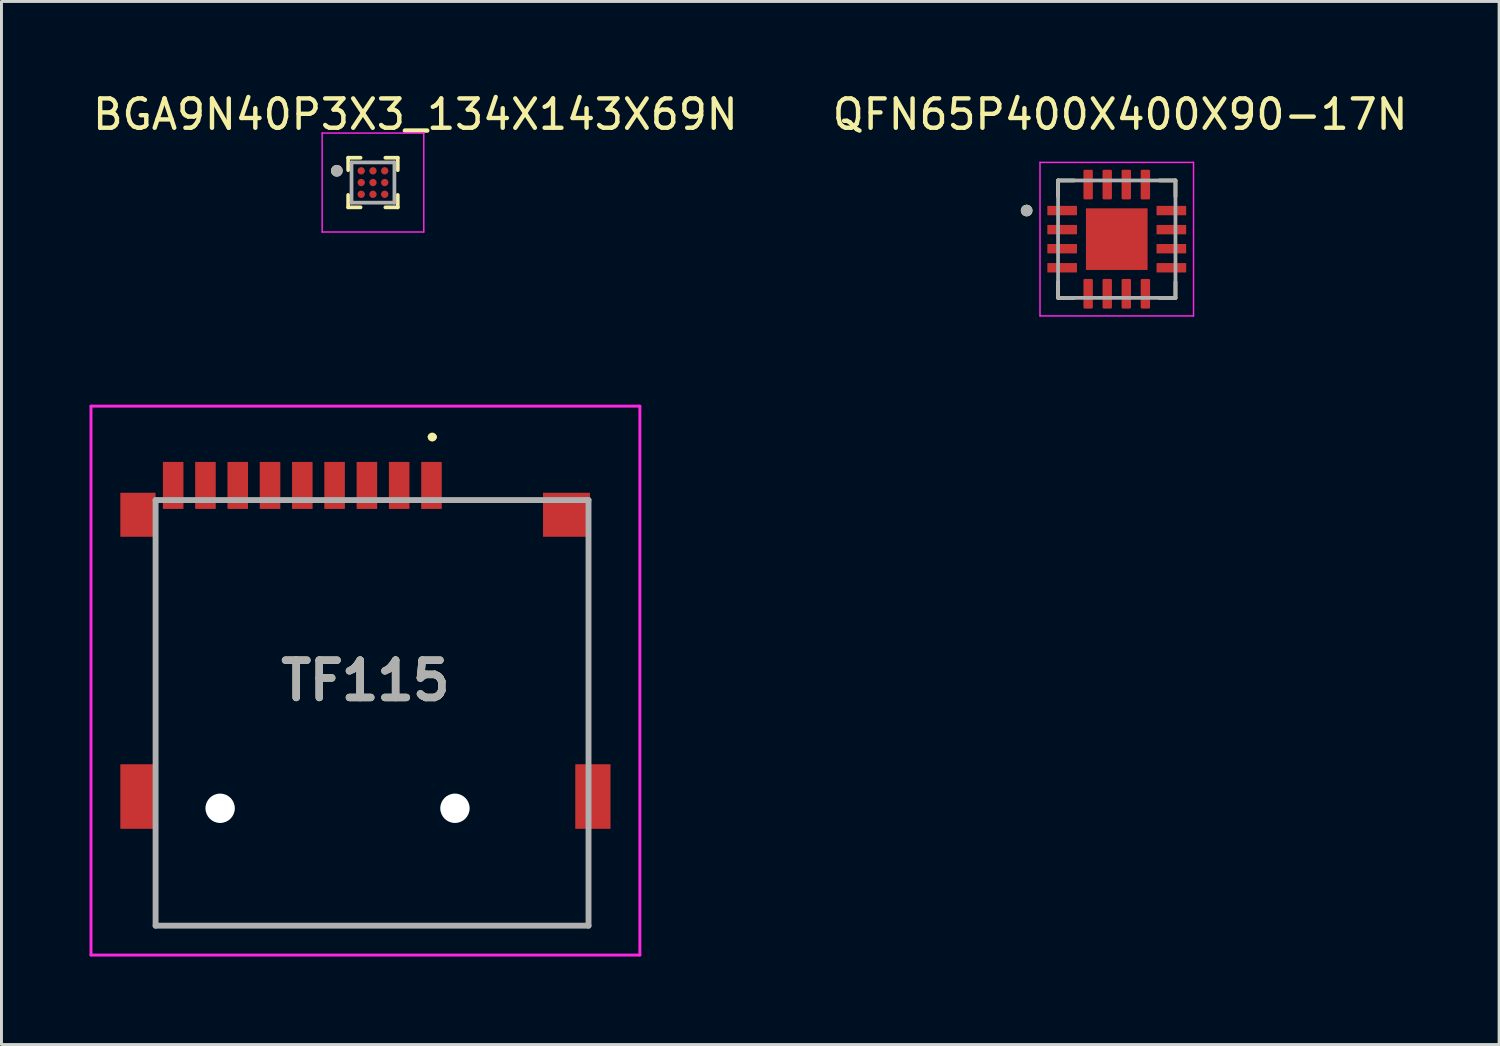
<source format=kicad_pcb>
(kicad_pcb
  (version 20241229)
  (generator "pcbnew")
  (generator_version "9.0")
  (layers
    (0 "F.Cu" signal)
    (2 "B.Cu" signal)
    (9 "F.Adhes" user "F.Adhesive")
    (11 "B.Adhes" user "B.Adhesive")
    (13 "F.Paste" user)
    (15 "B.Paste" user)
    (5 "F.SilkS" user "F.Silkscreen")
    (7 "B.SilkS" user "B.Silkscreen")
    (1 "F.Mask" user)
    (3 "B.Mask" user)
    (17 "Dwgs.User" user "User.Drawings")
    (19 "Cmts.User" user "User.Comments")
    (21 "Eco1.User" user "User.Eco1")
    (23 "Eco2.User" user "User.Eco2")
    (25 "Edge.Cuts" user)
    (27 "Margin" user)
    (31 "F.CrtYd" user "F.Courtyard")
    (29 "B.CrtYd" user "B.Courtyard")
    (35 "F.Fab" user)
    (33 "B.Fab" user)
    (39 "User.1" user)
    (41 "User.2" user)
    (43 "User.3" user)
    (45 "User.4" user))
  (footprint "BGA9N40P3X3_134X143X69N"
    (layer "F.Cu")
    (at 9.657 3.169)
    (property "Reference" "BGA9N40P3X3_134X143X69N" (at 1.444 -2.321 0) (layer "F.SilkS") (effects (font (size 1 1) (thickness 0.15))))
    (attr smd)
    (fp_line (start -0.845 -0.845) (end -0.845 -0.422) (stroke (width 0.127) (type solid)) (layer "F.SilkS"))
    (fp_line (start -0.845 -0.845) (end -0.422 -0.845) (stroke (width 0.127) (type solid)) (layer "F.SilkS"))
    (fp_line (start -0.845 0.845) (end -0.845 0.422) (stroke (width 0.127) (type solid)) (layer "F.SilkS"))
    (fp_line (start -0.845 0.845) (end -0.422 0.845) (stroke (width 0.127) (type solid)) (layer "F.SilkS"))
    (fp_line (start 0.845 -0.845) (end 0.422 -0.845) (stroke (width 0.127) (type solid)) (layer "F.SilkS"))
    (fp_line (start 0.845 -0.845) (end 0.845 -0.422) (stroke (width 0.127) (type solid)) (layer "F.SilkS"))
    (fp_line (start 0.845 0.845) (end 0.422 0.845) (stroke (width 0.127) (type solid)) (layer "F.SilkS"))
    (fp_line (start 0.845 0.845) (end 0.845 0.422) (stroke (width 0.127) (type solid)) (layer "F.SilkS"))
    (fp_circle (center -1.231 -0.4) (end -1.131 -0.4) (stroke (width 0.2) (type solid)) (fill no) (layer "F.SilkS"))
    (fp_line (start -1.731 -1.686) (end 1.731 -1.686) (stroke (width 0.05) (type solid)) (layer "F.CrtYd"))
    (fp_line (start -1.731 1.686) (end -1.731 -1.686) (stroke (width 0.05) (type solid)) (layer "F.CrtYd"))
    (fp_line (start -1.731 1.686) (end 1.731 1.686) (stroke (width 0.05) (type solid)) (layer "F.CrtYd"))
    (fp_line (start 1.731 1.686) (end 1.731 -1.686) (stroke (width 0.05) (type solid)) (layer "F.CrtYd"))
    (fp_line (start -0.731 0.686) (end -0.731 -0.686) (stroke (width 0.127) (type solid)) (layer "F.Fab"))
    (fp_line (start 0.731 -0.686) (end -0.731 -0.686) (stroke (width 0.127) (type solid)) (layer "F.Fab"))
    (fp_line (start 0.731 0.686) (end -0.731 0.686) (stroke (width 0.127) (type solid)) (layer "F.Fab"))
    (fp_line (start 0.731 0.686) (end 0.731 -0.686) (stroke (width 0.127) (type solid)) (layer "F.Fab"))
    (fp_circle (center -1.231 -0.4) (end -1.131 -0.4) (stroke (width 0.2) (type solid)) (fill no) (layer "F.Fab"))
    (pad "A1" smd circle (at -0.4 -0.4) (size 0.25 0.25) (layers "F.Cu" "F.Mask" "F.Paste"))
    (pad "A2" smd circle (at 0 -0.4) (size 0.25 0.25) (layers "F.Cu" "F.Mask" "F.Paste"))
    (pad "A3" smd circle (at 0.4 -0.4) (size 0.25 0.25) (layers "F.Cu" "F.Mask" "F.Paste"))
    (pad "B1" smd circle (at -0.4 0) (size 0.25 0.25) (layers "F.Cu" "F.Mask" "F.Paste"))
    (pad "B2" smd circle (at 0 0) (size 0.25 0.25) (layers "F.Cu" "F.Mask" "F.Paste"))
    (pad "B3" smd circle (at 0.4 0) (size 0.25 0.25) (layers "F.Cu" "F.Mask" "F.Paste"))
    (pad "C1" smd circle (at -0.4 0.4) (size 0.25 0.25) (layers "F.Cu" "F.Mask" "F.Paste"))
    (pad "C2" smd circle (at 0 0.4) (size 0.25 0.25) (layers "F.Cu" "F.Mask" "F.Paste"))
    (pad "C3" smd circle (at 0.4 0.4) (size 0.25 0.25) (layers "F.Cu" "F.Mask" "F.Paste")))
  (footprint "TF115"
    (layer "F.Cu")
    (at 9.4 20.138)
    (property "Reference" "TF115" (at 0 0 0) (layer "F.SilkS") (effects (font (size 1.27 1.27) (thickness 0.254))))
    (attr through_hole)
    (fp_line (start -7.149 -3.9) (end -7.149 -3.9) (stroke (width 0.1) (type solid)) (layer "F.SilkS"))
    (fp_line (start -7.149 -3.9) (end -7.149 1.6) (stroke (width 0.1) (type solid)) (layer "F.SilkS"))
    (fp_line (start -7.149 1.6) (end -7.149 -3.9) (stroke (width 0.1) (type solid)) (layer "F.SilkS"))
    (fp_line (start -7.149 1.6) (end -7.149 1.6) (stroke (width 0.1) (type solid)) (layer "F.SilkS"))
    (fp_line (start -7.149 6.85) (end -7.149 6.85) (stroke (width 0.1) (type solid)) (layer "F.SilkS"))
    (fp_line (start -7.149 6.85) (end -7.149 8.35) (stroke (width 0.1) (type solid)) (layer "F.SilkS"))
    (fp_line (start -7.149 8.35) (end -7.149 6.85) (stroke (width 0.1) (type solid)) (layer "F.SilkS"))
    (fp_line (start -7.149 8.35) (end -7.149 8.35) (stroke (width 0.1) (type solid)) (layer "F.SilkS"))
    (fp_line (start -7.149 8.35) (end -7.149 8.35) (stroke (width 0.1) (type solid)) (layer "F.SilkS"))
    (fp_line (start -7.149 8.35) (end 7.601 8.35) (stroke (width 0.1) (type solid)) (layer "F.SilkS"))
    (fp_line (start 2.226 -8.3) (end 2.226 -8.3) (stroke (width 0.2) (type solid)) (layer "F.SilkS"))
    (fp_line (start 2.226 -8.3) (end 2.226 -8.3) (stroke (width 0.2) (type solid)) (layer "F.SilkS"))
    (fp_line (start 2.326 -8.3) (end 2.326 -8.3) (stroke (width 0.2) (type solid)) (layer "F.SilkS"))
    (fp_line (start 3.226 -6.15) (end 3.226 -6.15) (stroke (width 0.1) (type solid)) (layer "F.SilkS"))
    (fp_line (start 3.226 -6.15) (end 5.226 -6.15) (stroke (width 0.1) (type solid)) (layer "F.SilkS"))
    (fp_line (start 5.226 -6.15) (end 3.226 -6.15) (stroke (width 0.1) (type solid)) (layer "F.SilkS"))
    (fp_line (start 5.226 -6.15) (end 5.226 -6.15) (stroke (width 0.1) (type solid)) (layer "F.SilkS"))
    (fp_line (start 7.601 -3.65) (end 7.601 -3.65) (stroke (width 0.1) (type solid)) (layer "F.SilkS"))
    (fp_line (start 7.601 -3.65) (end 7.601 1.6) (stroke (width 0.1) (type solid)) (layer "F.SilkS"))
    (fp_line (start 7.601 1.6) (end 7.601 -3.65) (stroke (width 0.1) (type solid)) (layer "F.SilkS"))
    (fp_line (start 7.601 1.6) (end 7.601 1.6) (stroke (width 0.1) (type solid)) (layer "F.SilkS"))
    (fp_line (start 7.601 6.35) (end 7.601 6.35) (stroke (width 0.1) (type solid)) (layer "F.SilkS"))
    (fp_line (start 7.601 6.35) (end 7.601 8.35) (stroke (width 0.1) (type solid)) (layer "F.SilkS"))
    (fp_line (start 7.601 8.35) (end -7.149 8.35) (stroke (width 0.1) (type solid)) (layer "F.SilkS"))
    (fp_line (start 7.601 8.35) (end 7.601 6.35) (stroke (width 0.1) (type solid)) (layer "F.SilkS"))
    (fp_line (start 7.601 8.35) (end 7.601 8.35) (stroke (width 0.1) (type solid)) (layer "F.SilkS"))
    (fp_line (start 7.601 8.35) (end 7.601 8.35) (stroke (width 0.1) (type solid)) (layer "F.SilkS"))
    (fp_arc (start 2.226 -8.3) (mid 2.276 -8.35) (end 2.326 -8.3) (stroke (width 0.2) (type solid)) (layer "F.SilkS"))
    (fp_arc (start 2.326 -8.3) (mid 2.276 -8.25) (end 2.226 -8.3) (stroke (width 0.2) (type solid)) (layer "F.SilkS"))
    (fp_arc (start 2.326 -8.3) (mid 2.276 -8.25) (end 2.226 -8.3) (stroke (width 0.2) (type solid)) (layer "F.SilkS"))
    (fp_line (start -9.35 -9.35) (end 9.35 -9.35) (stroke (width 0.1) (type solid)) (layer "F.CrtYd"))
    (fp_line (start -9.35 9.35) (end -9.35 -9.35) (stroke (width 0.1) (type solid)) (layer "F.CrtYd"))
    (fp_line (start 9.35 -9.35) (end 9.35 9.35) (stroke (width 0.1) (type solid)) (layer "F.CrtYd"))
    (fp_line (start 9.35 9.35) (end -9.35 9.35) (stroke (width 0.1) (type solid)) (layer "F.CrtYd"))
    (fp_line (start -7.149 -6.15) (end -7.149 8.35) (stroke (width 0.2) (type solid)) (layer "F.Fab"))
    (fp_line (start -7.149 8.35) (end 7.601 8.35) (stroke (width 0.2) (type solid)) (layer "F.Fab"))
    (fp_line (start 7.601 -6.15) (end -7.149 -6.15) (stroke (width 0.2) (type solid)) (layer "F.Fab"))
    (fp_line (start 7.601 8.35) (end 7.601 -6.15) (stroke (width 0.2) (type solid)) (layer "F.Fab"))
    (fp_text user "${REFERENCE}" (at 0 0 0) (layer "F.Fab") (effects (font (size 1.27 1.27) (thickness 0.254))))
    (pad "" np_thru_hole circle (at -4.95 4.35) (size 1 1) (drill 1) (layers "*.Cu" "*.Mask"))
    (pad "" np_thru_hole circle (at 3.05 4.35) (size 1 1) (drill 1) (layers "*.Cu" "*.Mask"))
    (pad "1" smd rect (at 2.25 -6.65) (size 0.7 1.6) (layers "F.Cu" "F.Mask" "F.Paste"))
    (pad "2" smd rect (at 1.15 -6.65) (size 0.7 1.6) (layers "F.Cu" "F.Mask" "F.Paste"))
    (pad "3" smd rect (at 0.05 -6.65) (size 0.7 1.6) (layers "F.Cu" "F.Mask" "F.Paste"))
    (pad "4" smd rect (at -1.05 -6.65) (size 0.7 1.6) (layers "F.Cu" "F.Mask" "F.Paste"))
    (pad "5" smd rect (at -2.15 -6.65) (size 0.7 1.6) (layers "F.Cu" "F.Mask" "F.Paste"))
    (pad "6" smd rect (at -3.25 -6.65) (size 0.7 1.6) (layers "F.Cu" "F.Mask" "F.Paste"))
    (pad "7" smd rect (at -4.35 -6.65) (size 0.7 1.6) (layers "F.Cu" "F.Mask" "F.Paste"))
    (pad "8" smd rect (at -5.45 -6.65) (size 0.7 1.6) (layers "F.Cu" "F.Mask" "F.Paste"))
    (pad "CD1" smd rect (at -6.55 -6.65) (size 0.7 1.6) (layers "F.Cu" "F.Mask" "F.Paste"))
    (pad "MP1" smd rect (at 6.85 -5.65 90) (size 1.5 1.6) (layers "F.Cu" "F.Mask" "F.Paste"))
    (pad "MP2" smd rect (at -7.75 -5.65) (size 1.2 1.5) (layers "F.Cu" "F.Mask" "F.Paste"))
    (pad "MP3" smd rect (at -7.75 3.95) (size 1.2 2.2) (layers "F.Cu" "F.Mask" "F.Paste"))
    (pad "MP4" smd rect (at 7.75 3.95) (size 1.2 2.2) (layers "F.Cu" "F.Mask" "F.Paste")))
  (footprint "QFN65P400X400X90-17N"
    (layer "F.Cu")
    (at 34.998 5.098)
    (property "Reference" "QFN65P400X400X90-17N" (at 0.115 -4.25 0) (layer "F.SilkS") (effects (font (size 1 1) (thickness 0.15))))
    (attr smd)
    (fp_line (start -2 -2) (end -2 -1.455) (stroke (width 0.127) (type solid)) (layer "F.SilkS"))
    (fp_line (start -2 -2) (end -1.455 -2) (stroke (width 0.127) (type solid)) (layer "F.SilkS"))
    (fp_line (start -2 2) (end -2 1.455) (stroke (width 0.127) (type solid)) (layer "F.SilkS"))
    (fp_line (start -2 2) (end -1.455 2) (stroke (width 0.127) (type solid)) (layer "F.SilkS"))
    (fp_line (start 2 -2) (end 1.455 -2) (stroke (width 0.127) (type solid)) (layer "F.SilkS"))
    (fp_line (start 2 -2) (end 2 -1.455) (stroke (width 0.127) (type solid)) (layer "F.SilkS"))
    (fp_line (start 2 2) (end 1.455 2) (stroke (width 0.127) (type solid)) (layer "F.SilkS"))
    (fp_line (start 2 2) (end 2 1.455) (stroke (width 0.127) (type solid)) (layer "F.SilkS"))
    (fp_circle (center -3.07 -0.975) (end -2.97 -0.975) (stroke (width 0.2) (type solid)) (fill no) (layer "F.SilkS"))
    (fp_poly (pts (xy -0.66 -0.66) (xy 0.66 -0.66) (xy 0.66 0.66) (xy -0.66 0.66)) (stroke (width 0.01) (type solid)) (fill yes) (layer "F.Paste"))
    (fp_line (start -2.615 -2.615) (end 2.615 -2.615) (stroke (width 0.05) (type solid)) (layer "F.CrtYd"))
    (fp_line (start -2.615 2.615) (end -2.615 -2.615) (stroke (width 0.05) (type solid)) (layer "F.CrtYd"))
    (fp_line (start -2.615 2.615) (end 2.615 2.615) (stroke (width 0.05) (type solid)) (layer "F.CrtYd"))
    (fp_line (start 2.615 2.615) (end 2.615 -2.615) (stroke (width 0.05) (type solid)) (layer "F.CrtYd"))
    (fp_line (start -2 2) (end -2 -2) (stroke (width 0.127) (type solid)) (layer "F.Fab"))
    (fp_line (start 2 -2) (end -2 -2) (stroke (width 0.127) (type solid)) (layer "F.Fab"))
    (fp_line (start 2 2) (end -2 2) (stroke (width 0.127) (type solid)) (layer "F.Fab"))
    (fp_line (start 2 2) (end 2 -2) (stroke (width 0.127) (type solid)) (layer "F.Fab"))
    (fp_circle (center -3.07 -0.975) (end -2.97 -0.975) (stroke (width 0.2) (type solid)) (fill no) (layer "F.Fab"))
    (pad "1" smd roundrect (at -1.86 -0.975) (size 1.01 0.32) (layers "F.Cu" "F.Mask" "F.Paste") (roundrect_rratio 0.04))
    (pad "2" smd roundrect (at -1.86 -0.325) (size 1.01 0.32) (layers "F.Cu" "F.Mask" "F.Paste") (roundrect_rratio 0.04))
    (pad "3" smd roundrect (at -1.86 0.325) (size 1.01 0.32) (layers "F.Cu" "F.Mask" "F.Paste") (roundrect_rratio 0.04))
    (pad "4" smd roundrect (at -1.86 0.975) (size 1.01 0.32) (layers "F.Cu" "F.Mask" "F.Paste") (roundrect_rratio 0.04))
    (pad "5" smd roundrect (at -0.975 1.86) (size 0.32 1.01) (layers "F.Cu" "F.Mask" "F.Paste") (roundrect_rratio 0.13))
    (pad "6" smd roundrect (at -0.325 1.86) (size 0.32 1.01) (layers "F.Cu" "F.Mask" "F.Paste") (roundrect_rratio 0.13))
    (pad "7" smd roundrect (at 0.325 1.86) (size 0.32 1.01) (layers "F.Cu" "F.Mask" "F.Paste") (roundrect_rratio 0.13))
    (pad "8" smd roundrect (at 0.975 1.86) (size 0.32 1.01) (layers "F.Cu" "F.Mask" "F.Paste") (roundrect_rratio 0.13))
    (pad "9" smd roundrect (at 1.86 0.975) (size 1.01 0.32) (layers "F.Cu" "F.Mask" "F.Paste") (roundrect_rratio 0.04))
    (pad "10" smd roundrect (at 1.86 0.325) (size 1.01 0.32) (layers "F.Cu" "F.Mask" "F.Paste") (roundrect_rratio 0.04))
    (pad "11" smd roundrect (at 1.86 -0.325) (size 1.01 0.32) (layers "F.Cu" "F.Mask" "F.Paste") (roundrect_rratio 0.04))
    (pad "12" smd roundrect (at 1.86 -0.975) (size 1.01 0.32) (layers "F.Cu" "F.Mask" "F.Paste") (roundrect_rratio 0.04))
    (pad "13" smd roundrect (at 0.975 -1.86) (size 0.32 1.01) (layers "F.Cu" "F.Mask" "F.Paste") (roundrect_rratio 0.13))
    (pad "14" smd roundrect (at 0.325 -1.86) (size 0.32 1.01) (layers "F.Cu" "F.Mask" "F.Paste") (roundrect_rratio 0.13))
    (pad "15" smd roundrect (at -0.325 -1.86) (size 0.32 1.01) (layers "F.Cu" "F.Mask" "F.Paste") (roundrect_rratio 0.13))
    (pad "16" smd roundrect (at -0.975 -1.86) (size 0.32 1.01) (layers "F.Cu" "F.Mask" "F.Paste") (roundrect_rratio 0.13))
    (pad "17" smd rect (at 0 0) (size 2.1 2.1) (layers "F.Cu" "F.Mask")))
  (gr_rect
    (start -3 -3)
    (end 48.024 32.538)
    (stroke (width 0.1) (type default))
    (fill no)
    (layer "Edge.Cuts")))
</source>
